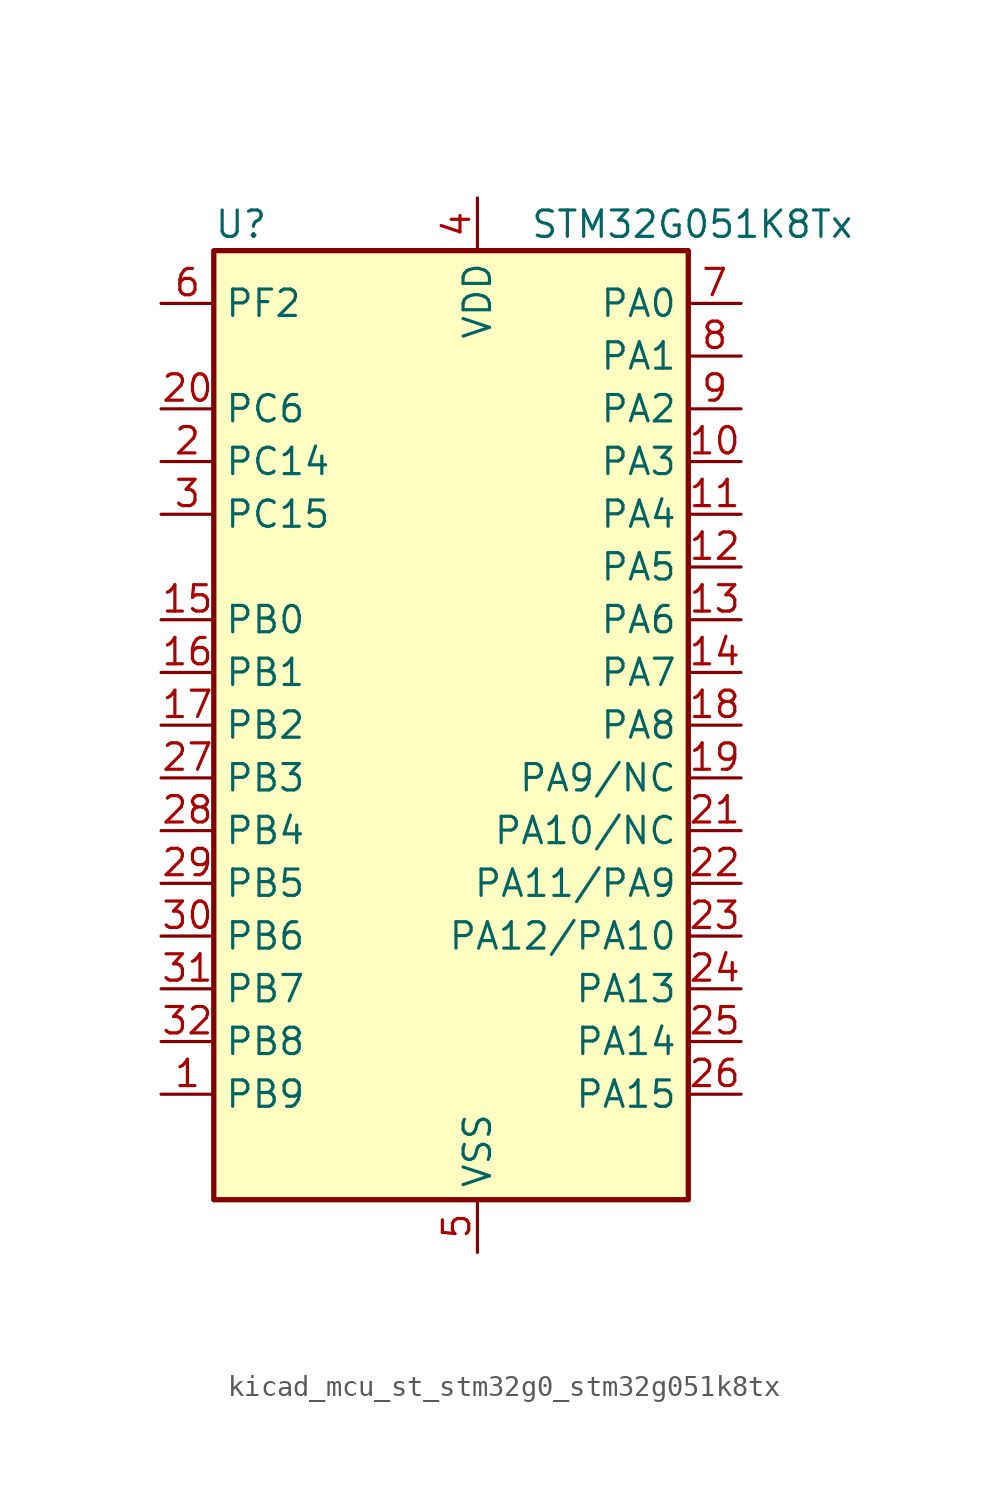
<source format=kicad_sym>
(kicad_symbol_lib
  (version 20220914)
  (generator kicad_symbol_editor)
  (symbol "kicad_mcu_st_stm32g0_stm32g051k8tx"
    (property "Reference" "U"
      (at -10.16 24.13 0)
      (effects (font (size 1.27 1.27)) (justify left)))
    (property "Value" "STM32G051K8Tx"
      (at 5.08 24.13 0)
      (effects (font (size 1.27 1.27)) (justify left)))
    (property "ki_locked" ""
      (at 0 0 0)
      (effects (font (size 1.27 1.27))))
    (symbol "kicad_mcu_st_stm32g0_stm32g051k8tx_0_1"
      (rectangle (start -10.16 -22.86) (end 12.7 22.86) (stroke (width 0.254) (type default)) (fill (type background))))
    (symbol "kicad_mcu_st_stm32g0_stm32g051k8tx_1_1"
      (pin bidirectional line (at -12.7 -17.78 0) (length 2.54) (name "PB9" (effects (font (size 1.27 1.27)))) (number "1" (effects (font (size 1.27 1.27)))) (alternate "DAC1_EXTI9" bidirectional line) (alternate "I2C1_SDA" bidirectional line) (alternate "IR_OUT" bidirectional line) (alternate "SPI2_NSS" bidirectional line) (alternate "TIM17_CH1" bidirectional line))
      (pin bidirectional line (at 15.24 12.7 180) (length 2.54) (name "PA3" (effects (font (size 1.27 1.27)))) (number "10" (effects (font (size 1.27 1.27)))) (alternate "ADC1_IN3" bidirectional line) (alternate "COMP2_INP" bidirectional line) (alternate "LPUART1_RX" bidirectional line) (alternate "SPI2_MISO" bidirectional line) (alternate "TIM15_CH2" bidirectional line) (alternate "TIM2_CH4" bidirectional line) (alternate "USART2_RX" bidirectional line))
      (pin bidirectional line (at 15.24 10.16 180) (length 2.54) (name "PA4" (effects (font (size 1.27 1.27)))) (number "11" (effects (font (size 1.27 1.27)))) (alternate "ADC1_IN4" bidirectional line) (alternate "DAC1_OUT1" bidirectional line) (alternate "I2S1_WS" bidirectional line) (alternate "LPTIM2_OUT" bidirectional line) (alternate "RTC_OUT1" bidirectional line) (alternate "RTC_TAMP_IN1" bidirectional line) (alternate "RTC_TS" bidirectional line) (alternate "SPI1_NSS" bidirectional line) (alternate "SPI2_MOSI" bidirectional line) (alternate "SYS_WKUP2" bidirectional line) (alternate "TIM14_CH1" bidirectional line))
      (pin bidirectional line (at 15.24 7.62 180) (length 2.54) (name "PA5" (effects (font (size 1.27 1.27)))) (number "12" (effects (font (size 1.27 1.27)))) (alternate "ADC1_IN5" bidirectional line) (alternate "DAC1_OUT2" bidirectional line) (alternate "I2S1_CK" bidirectional line) (alternate "LPTIM2_ETR" bidirectional line) (alternate "SPI1_SCK" bidirectional line) (alternate "TIM2_CH1" bidirectional line) (alternate "TIM2_ETR" bidirectional line))
      (pin bidirectional line (at 15.24 5.08 180) (length 2.54) (name "PA6" (effects (font (size 1.27 1.27)))) (number "13" (effects (font (size 1.27 1.27)))) (alternate "ADC1_IN6" bidirectional line) (alternate "COMP1_OUT" bidirectional line) (alternate "I2S1_MCK" bidirectional line) (alternate "LPUART1_CTS" bidirectional line) (alternate "SPI1_MISO" bidirectional line) (alternate "TIM16_CH1" bidirectional line) (alternate "TIM1_BK" bidirectional line) (alternate "TIM3_CH1" bidirectional line))
      (pin bidirectional line (at 15.24 2.54 180) (length 2.54) (name "PA7" (effects (font (size 1.27 1.27)))) (number "14" (effects (font (size 1.27 1.27)))) (alternate "ADC1_IN7" bidirectional line) (alternate "COMP2_OUT" bidirectional line) (alternate "I2S1_SD" bidirectional line) (alternate "SPI1_MOSI" bidirectional line) (alternate "TIM14_CH1" bidirectional line) (alternate "TIM17_CH1" bidirectional line) (alternate "TIM1_CH1N" bidirectional line) (alternate "TIM3_CH2" bidirectional line))
      (pin bidirectional line (at -12.7 5.08 0) (length 2.54) (name "PB0" (effects (font (size 1.27 1.27)))) (number "15" (effects (font (size 1.27 1.27)))) (alternate "ADC1_IN8" bidirectional line) (alternate "COMP1_OUT" bidirectional line) (alternate "I2S1_WS" bidirectional line) (alternate "LPTIM1_OUT" bidirectional line) (alternate "SPI1_NSS" bidirectional line) (alternate "TIM1_CH2N" bidirectional line) (alternate "TIM3_CH3" bidirectional line))
      (pin bidirectional line (at -12.7 2.54 0) (length 2.54) (name "PB1" (effects (font (size 1.27 1.27)))) (number "16" (effects (font (size 1.27 1.27)))) (alternate "ADC1_IN9" bidirectional line) (alternate "COMP1_INM" bidirectional line) (alternate "LPTIM2_IN1" bidirectional line) (alternate "LPUART1_DE" bidirectional line) (alternate "LPUART1_RTS" bidirectional line) (alternate "TIM14_CH1" bidirectional line) (alternate "TIM1_CH3N" bidirectional line) (alternate "TIM3_CH4" bidirectional line))
      (pin bidirectional line (at -12.7 0 0) (length 2.54) (name "PB2" (effects (font (size 1.27 1.27)))) (number "17" (effects (font (size 1.27 1.27)))) (alternate "ADC1_IN10" bidirectional line) (alternate "COMP1_INP" bidirectional line) (alternate "LPTIM1_OUT" bidirectional line) (alternate "SPI2_MISO" bidirectional line))
      (pin bidirectional line (at 15.24 0 180) (length 2.54) (name "PA8" (effects (font (size 1.27 1.27)))) (number "18" (effects (font (size 1.27 1.27)))) (alternate "LPTIM2_OUT" bidirectional line) (alternate "RCC_MCO" bidirectional line) (alternate "SPI2_NSS" bidirectional line) (alternate "TIM1_CH1" bidirectional line))
      (pin bidirectional line (at 15.24 -2.54 180) (length 2.54) (name "PA9/NC" (effects (font (size 1.27 1.27)))) (number "19" (effects (font (size 1.27 1.27)))) (alternate "DAC1_EXTI9" bidirectional line) (alternate "I2C1_SCL" bidirectional line) (alternate "RCC_MCO" bidirectional line) (alternate "SPI2_MISO" bidirectional line) (alternate "TIM15_BK" bidirectional line) (alternate "TIM1_CH2" bidirectional line) (alternate "USART1_TX" bidirectional line))
      (pin bidirectional line (at -12.7 12.7 0) (length 2.54) (name "PC14" (effects (font (size 1.27 1.27)))) (number "2" (effects (font (size 1.27 1.27)))) (alternate "RCC_OSC32_IN" bidirectional line) (alternate "RCC_OSC_IN" bidirectional line) (alternate "TIM1_BK2" bidirectional line))
      (pin bidirectional line (at -12.7 15.24 0) (length 2.54) (name "PC6" (effects (font (size 1.27 1.27)))) (number "20" (effects (font (size 1.27 1.27)))) (alternate "TIM2_CH3" bidirectional line) (alternate "TIM3_CH1" bidirectional line))
      (pin bidirectional line (at 15.24 -5.08 180) (length 2.54) (name "PA10/NC" (effects (font (size 1.27 1.27)))) (number "21" (effects (font (size 1.27 1.27)))) (alternate "I2C1_SDA" bidirectional line) (alternate "SPI2_MOSI" bidirectional line) (alternate "TIM17_BK" bidirectional line) (alternate "TIM1_CH3" bidirectional line) (alternate "USART1_RX" bidirectional line))
      (pin bidirectional line (at 15.24 -7.62 180) (length 2.54) (name "PA11/PA9" (effects (font (size 1.27 1.27)))) (number "22" (effects (font (size 1.27 1.27)))) (alternate "ADC1_EXTI11" bidirectional line) (alternate "ADC1_IN15" bidirectional line) (alternate "COMP1_OUT" bidirectional line) (alternate "I2C2_SCL" bidirectional line) (alternate "I2S1_MCK" bidirectional line) (alternate "SPI1_MISO" bidirectional line) (alternate "TIM1_BK2" bidirectional line) (alternate "TIM1_CH4" bidirectional line) (alternate "USART1_CTS" bidirectional line) (alternate "USART1_NSS" bidirectional line))
      (pin bidirectional line (at 15.24 -10.16 180) (length 2.54) (name "PA12/PA10" (effects (font (size 1.27 1.27)))) (number "23" (effects (font (size 1.27 1.27)))) (alternate "ADC1_IN16" bidirectional line) (alternate "COMP2_OUT" bidirectional line) (alternate "I2C2_SDA" bidirectional line) (alternate "I2S1_SD" bidirectional line) (alternate "I2S_CKIN" bidirectional line) (alternate "SPI1_MOSI" bidirectional line) (alternate "TIM1_ETR" bidirectional line) (alternate "USART1_CK" bidirectional line) (alternate "USART1_DE" bidirectional line) (alternate "USART1_RTS" bidirectional line))
      (pin bidirectional line (at 15.24 -12.7 180) (length 2.54) (name "PA13" (effects (font (size 1.27 1.27)))) (number "24" (effects (font (size 1.27 1.27)))) (alternate "ADC1_IN17" bidirectional line) (alternate "IR_OUT" bidirectional line) (alternate "SYS_SWDIO" bidirectional line))
      (pin bidirectional line (at 15.24 -15.24 180) (length 2.54) (name "PA14" (effects (font (size 1.27 1.27)))) (number "25" (effects (font (size 1.27 1.27)))) (alternate "ADC1_IN18" bidirectional line) (alternate "SYS_SWCLK" bidirectional line) (alternate "USART2_TX" bidirectional line))
      (pin bidirectional line (at 15.24 -17.78 180) (length 2.54) (name "PA15" (effects (font (size 1.27 1.27)))) (number "26" (effects (font (size 1.27 1.27)))) (alternate "I2S1_WS" bidirectional line) (alternate "SPI1_NSS" bidirectional line) (alternate "TIM2_CH1" bidirectional line) (alternate "TIM2_ETR" bidirectional line) (alternate "USART2_RX" bidirectional line))
      (pin bidirectional line (at -12.7 -2.54 0) (length 2.54) (name "PB3" (effects (font (size 1.27 1.27)))) (number "27" (effects (font (size 1.27 1.27)))) (alternate "COMP2_INM" bidirectional line) (alternate "I2S1_CK" bidirectional line) (alternate "SPI1_SCK" bidirectional line) (alternate "TIM1_CH2" bidirectional line) (alternate "TIM2_CH2" bidirectional line) (alternate "USART1_CK" bidirectional line) (alternate "USART1_DE" bidirectional line) (alternate "USART1_RTS" bidirectional line))
      (pin bidirectional line (at -12.7 -5.08 0) (length 2.54) (name "PB4" (effects (font (size 1.27 1.27)))) (number "28" (effects (font (size 1.27 1.27)))) (alternate "COMP2_INP" bidirectional line) (alternate "I2S1_MCK" bidirectional line) (alternate "SPI1_MISO" bidirectional line) (alternate "TIM17_BK" bidirectional line) (alternate "TIM3_CH1" bidirectional line) (alternate "USART1_CTS" bidirectional line) (alternate "USART1_NSS" bidirectional line))
      (pin bidirectional line (at -12.7 -7.62 0) (length 2.54) (name "PB5" (effects (font (size 1.27 1.27)))) (number "29" (effects (font (size 1.27 1.27)))) (alternate "COMP2_OUT" bidirectional line) (alternate "I2C1_SMBA" bidirectional line) (alternate "I2S1_SD" bidirectional line) (alternate "LPTIM1_IN1" bidirectional line) (alternate "SPI1_MOSI" bidirectional line) (alternate "SYS_WKUP6" bidirectional line) (alternate "TIM16_BK" bidirectional line) (alternate "TIM3_CH2" bidirectional line))
      (pin bidirectional line (at -12.7 10.16 0) (length 2.54) (name "PC15" (effects (font (size 1.27 1.27)))) (number "3" (effects (font (size 1.27 1.27)))) (alternate "RCC_OSC32_EN" bidirectional line) (alternate "RCC_OSC32_OUT" bidirectional line) (alternate "RCC_OSC_EN" bidirectional line) (alternate "TIM15_BK" bidirectional line))
      (pin bidirectional line (at -12.7 -10.16 0) (length 2.54) (name "PB6" (effects (font (size 1.27 1.27)))) (number "30" (effects (font (size 1.27 1.27)))) (alternate "COMP2_INP" bidirectional line) (alternate "I2C1_SCL" bidirectional line) (alternate "LPTIM1_ETR" bidirectional line) (alternate "SPI2_MISO" bidirectional line) (alternate "TIM16_CH1N" bidirectional line) (alternate "TIM1_CH3" bidirectional line) (alternate "USART1_TX" bidirectional line))
      (pin bidirectional line (at -12.7 -12.7 0) (length 2.54) (name "PB7" (effects (font (size 1.27 1.27)))) (number "31" (effects (font (size 1.27 1.27)))) (alternate "ADC1_IN11" bidirectional line) (alternate "COMP2_INM" bidirectional line) (alternate "I2C1_SDA" bidirectional line) (alternate "LPTIM1_IN2" bidirectional line) (alternate "SPI2_MOSI" bidirectional line) (alternate "SYS_PVD_IN" bidirectional line) (alternate "TIM17_CH1N" bidirectional line) (alternate "USART1_RX" bidirectional line))
      (pin bidirectional line (at -12.7 -15.24 0) (length 2.54) (name "PB8" (effects (font (size 1.27 1.27)))) (number "32" (effects (font (size 1.27 1.27)))) (alternate "I2C1_SCL" bidirectional line) (alternate "SPI2_SCK" bidirectional line) (alternate "TIM15_BK" bidirectional line) (alternate "TIM16_CH1" bidirectional line))
      (pin power_in line (at 2.54 25.4 270) (length 2.54) (name "VDD" (effects (font (size 1.27 1.27)))) (number "4" (effects (font (size 1.27 1.27)))))
      (pin power_in line (at 2.54 -25.4 90) (length 2.54) (name "VSS" (effects (font (size 1.27 1.27)))) (number "5" (effects (font (size 1.27 1.27)))))
      (pin bidirectional line (at -12.7 20.32 0) (length 2.54) (name "PF2" (effects (font (size 1.27 1.27)))) (number "6" (effects (font (size 1.27 1.27)))) (alternate "RCC_MCO" bidirectional line))
      (pin bidirectional line (at 15.24 20.32 180) (length 2.54) (name "PA0" (effects (font (size 1.27 1.27)))) (number "7" (effects (font (size 1.27 1.27)))) (alternate "ADC1_IN0" bidirectional line) (alternate "COMP1_INM" bidirectional line) (alternate "COMP1_OUT" bidirectional line) (alternate "LPTIM1_OUT" bidirectional line) (alternate "RTC_TAMP_IN2" bidirectional line) (alternate "SPI2_SCK" bidirectional line) (alternate "SYS_WKUP1" bidirectional line) (alternate "TIM2_CH1" bidirectional line) (alternate "TIM2_ETR" bidirectional line) (alternate "USART2_CTS" bidirectional line) (alternate "USART2_NSS" bidirectional line))
      (pin bidirectional line (at 15.24 17.78 180) (length 2.54) (name "PA1" (effects (font (size 1.27 1.27)))) (number "8" (effects (font (size 1.27 1.27)))) (alternate "ADC1_IN1" bidirectional line) (alternate "COMP1_INP" bidirectional line) (alternate "I2C1_SMBA" bidirectional line) (alternate "I2S1_CK" bidirectional line) (alternate "SPI1_SCK" bidirectional line) (alternate "TIM15_CH1N" bidirectional line) (alternate "TIM2_CH2" bidirectional line) (alternate "USART2_CK" bidirectional line) (alternate "USART2_DE" bidirectional line) (alternate "USART2_RTS" bidirectional line))
      (pin bidirectional line (at 15.24 15.24 180) (length 2.54) (name "PA2" (effects (font (size 1.27 1.27)))) (number "9" (effects (font (size 1.27 1.27)))) (alternate "ADC1_IN2" bidirectional line) (alternate "COMP2_INM" bidirectional line) (alternate "COMP2_OUT" bidirectional line) (alternate "I2S1_SD" bidirectional line) (alternate "LPUART1_TX" bidirectional line) (alternate "RCC_LSCO" bidirectional line) (alternate "SPI1_MOSI" bidirectional line) (alternate "SYS_WKUP4" bidirectional line) (alternate "TIM15_CH1" bidirectional line) (alternate "TIM2_CH3" bidirectional line) (alternate "USART2_TX" bidirectional line)))))
</source>
